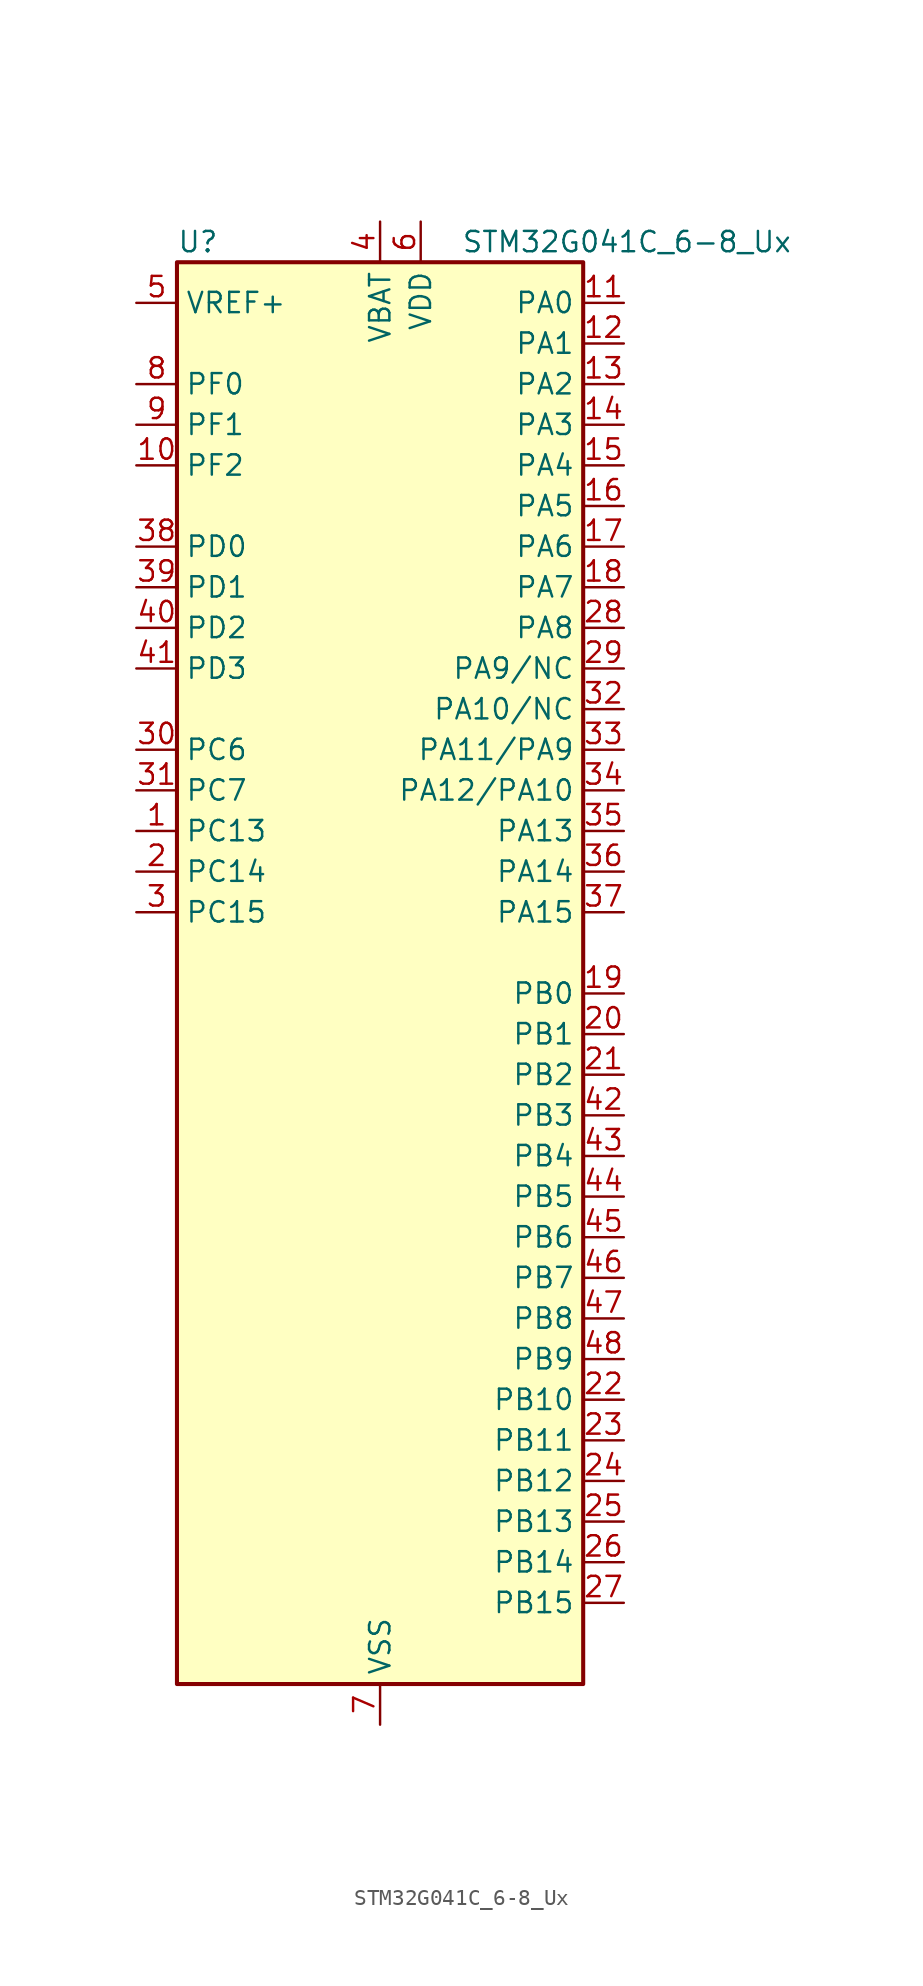
<source format=kicad_sym>
(kicad_symbol_lib
  (version 20220914)
  (generator kicad_symbol_editor)
  (symbol "STM32G041C_6-8_Ux"
    (property "Reference" "U"
      (at -12.7 46.99 0)
      (effects (font (size 1.27 1.27)) (justify left)))
    (property "Value" "STM32G041C_6-8_Ux"
      (at 5.08 46.99 0)
      (effects (font (size 1.27 1.27)) (justify left)))
    (property "ki_locked" ""
      (at 0 0 0)
      (effects (font (size 1.27 1.27))))
    (symbol "STM32G041C_6-8_Ux_0_1"
      (rectangle (start -12.7 -43.18) (end 12.7 45.72) (stroke (width 0.254) (type default)) (fill (type background))))
    (symbol "STM32G041C_6-8_Ux_1_1"
      (pin bidirectional line (at -15.24 10.16 0) (length 2.54) (name "PC13" (effects (font (size 1.27 1.27)))) (number "1" (effects (font (size 1.27 1.27)))) (alternate "RTC_OUT_ALARM" bidirectional line) (alternate "RTC_OUT_CALIB" bidirectional line) (alternate "RTC_TAMP_IN1" bidirectional line) (alternate "RTC_TS" bidirectional line) (alternate "SYS_WKUP2" bidirectional line) (alternate "TIM1_BK" bidirectional line))
      (pin bidirectional line (at -15.24 33.02 0) (length 2.54) (name "PF2" (effects (font (size 1.27 1.27)))) (number "10" (effects (font (size 1.27 1.27)))) (alternate "RCC_MCO" bidirectional line))
      (pin bidirectional line (at 15.24 43.18 180) (length 2.54) (name "PA0" (effects (font (size 1.27 1.27)))) (number "11" (effects (font (size 1.27 1.27)))) (alternate "ADC1_IN0" bidirectional line) (alternate "LPTIM1_OUT" bidirectional line) (alternate "RTC_TAMP_IN2" bidirectional line) (alternate "SPI2_SCK" bidirectional line) (alternate "SYS_WKUP1" bidirectional line) (alternate "TIM2_CH1" bidirectional line) (alternate "TIM2_ETR" bidirectional line) (alternate "USART2_CTS" bidirectional line) (alternate "USART2_NSS" bidirectional line))
      (pin bidirectional line (at 15.24 40.64 180) (length 2.54) (name "PA1" (effects (font (size 1.27 1.27)))) (number "12" (effects (font (size 1.27 1.27)))) (alternate "ADC1_IN1" bidirectional line) (alternate "I2C1_SMBA" bidirectional line) (alternate "I2S1_CK" bidirectional line) (alternate "SPI1_SCK" bidirectional line) (alternate "TIM2_CH2" bidirectional line) (alternate "USART2_CK" bidirectional line) (alternate "USART2_DE" bidirectional line) (alternate "USART2_RTS" bidirectional line))
      (pin bidirectional line (at 15.24 38.1 180) (length 2.54) (name "PA2" (effects (font (size 1.27 1.27)))) (number "13" (effects (font (size 1.27 1.27)))) (alternate "ADC1_IN2" bidirectional line) (alternate "I2S1_SD" bidirectional line) (alternate "LPUART1_TX" bidirectional line) (alternate "RCC_LSCO" bidirectional line) (alternate "SPI1_MOSI" bidirectional line) (alternate "SYS_WKUP4" bidirectional line) (alternate "TIM2_CH3" bidirectional line) (alternate "USART2_TX" bidirectional line))
      (pin bidirectional line (at 15.24 35.56 180) (length 2.54) (name "PA3" (effects (font (size 1.27 1.27)))) (number "14" (effects (font (size 1.27 1.27)))) (alternate "ADC1_IN3" bidirectional line) (alternate "LPUART1_RX" bidirectional line) (alternate "SPI2_MISO" bidirectional line) (alternate "TIM2_CH4" bidirectional line) (alternate "USART2_RX" bidirectional line))
      (pin bidirectional line (at 15.24 33.02 180) (length 2.54) (name "PA4" (effects (font (size 1.27 1.27)))) (number "15" (effects (font (size 1.27 1.27)))) (alternate "ADC1_IN4" bidirectional line) (alternate "I2S1_WS" bidirectional line) (alternate "LPTIM2_OUT" bidirectional line) (alternate "RTC_OUT_ALARM" bidirectional line) (alternate "RTC_OUT_CALIB" bidirectional line) (alternate "SPI1_NSS" bidirectional line) (alternate "SPI2_MOSI" bidirectional line) (alternate "TIM14_CH1" bidirectional line))
      (pin bidirectional line (at 15.24 30.48 180) (length 2.54) (name "PA5" (effects (font (size 1.27 1.27)))) (number "16" (effects (font (size 1.27 1.27)))) (alternate "ADC1_IN5" bidirectional line) (alternate "I2S1_CK" bidirectional line) (alternate "LPTIM2_ETR" bidirectional line) (alternate "SPI1_SCK" bidirectional line) (alternate "TIM2_CH1" bidirectional line) (alternate "TIM2_ETR" bidirectional line))
      (pin bidirectional line (at 15.24 27.94 180) (length 2.54) (name "PA6" (effects (font (size 1.27 1.27)))) (number "17" (effects (font (size 1.27 1.27)))) (alternate "ADC1_IN6" bidirectional line) (alternate "I2S1_MCK" bidirectional line) (alternate "LPUART1_CTS" bidirectional line) (alternate "SPI1_MISO" bidirectional line) (alternate "TIM16_CH1" bidirectional line) (alternate "TIM1_BK" bidirectional line) (alternate "TIM3_CH1" bidirectional line))
      (pin bidirectional line (at 15.24 25.4 180) (length 2.54) (name "PA7" (effects (font (size 1.27 1.27)))) (number "18" (effects (font (size 1.27 1.27)))) (alternate "ADC1_IN7" bidirectional line) (alternate "I2S1_SD" bidirectional line) (alternate "SPI1_MOSI" bidirectional line) (alternate "TIM14_CH1" bidirectional line) (alternate "TIM17_CH1" bidirectional line) (alternate "TIM1_CH1N" bidirectional line) (alternate "TIM3_CH2" bidirectional line))
      (pin bidirectional line (at 15.24 0 180) (length 2.54) (name "PB0" (effects (font (size 1.27 1.27)))) (number "19" (effects (font (size 1.27 1.27)))) (alternate "ADC1_IN8" bidirectional line) (alternate "I2S1_WS" bidirectional line) (alternate "LPTIM1_OUT" bidirectional line) (alternate "SPI1_NSS" bidirectional line) (alternate "TIM1_CH2N" bidirectional line) (alternate "TIM3_CH3" bidirectional line))
      (pin bidirectional line (at -15.24 7.62 0) (length 2.54) (name "PC14" (effects (font (size 1.27 1.27)))) (number "2" (effects (font (size 1.27 1.27)))) (alternate "RCC_OSC32_IN" bidirectional line) (alternate "TIM1_BK2" bidirectional line))
      (pin bidirectional line (at 15.24 -2.54 180) (length 2.54) (name "PB1" (effects (font (size 1.27 1.27)))) (number "20" (effects (font (size 1.27 1.27)))) (alternate "ADC1_IN9" bidirectional line) (alternate "LPTIM2_IN1" bidirectional line) (alternate "LPUART1_DE" bidirectional line) (alternate "LPUART1_RTS" bidirectional line) (alternate "TIM14_CH1" bidirectional line) (alternate "TIM1_CH3N" bidirectional line) (alternate "TIM3_CH4" bidirectional line))
      (pin bidirectional line (at 15.24 -5.08 180) (length 2.54) (name "PB2" (effects (font (size 1.27 1.27)))) (number "21" (effects (font (size 1.27 1.27)))) (alternate "ADC1_IN10" bidirectional line) (alternate "LPTIM1_OUT" bidirectional line) (alternate "SPI2_MISO" bidirectional line))
      (pin bidirectional line (at 15.24 -25.4 180) (length 2.54) (name "PB10" (effects (font (size 1.27 1.27)))) (number "22" (effects (font (size 1.27 1.27)))) (alternate "ADC1_IN11" bidirectional line) (alternate "I2C2_SCL" bidirectional line) (alternate "LPUART1_RX" bidirectional line) (alternate "SPI2_SCK" bidirectional line) (alternate "TIM2_CH3" bidirectional line))
      (pin bidirectional line (at 15.24 -27.94 180) (length 2.54) (name "PB11" (effects (font (size 1.27 1.27)))) (number "23" (effects (font (size 1.27 1.27)))) (alternate "ADC1_EXTI11" bidirectional line) (alternate "ADC1_IN15" bidirectional line) (alternate "I2C2_SDA" bidirectional line) (alternate "LPUART1_TX" bidirectional line) (alternate "SPI2_MOSI" bidirectional line) (alternate "TIM2_CH4" bidirectional line))
      (pin bidirectional line (at 15.24 -30.48 180) (length 2.54) (name "PB12" (effects (font (size 1.27 1.27)))) (number "24" (effects (font (size 1.27 1.27)))) (alternate "ADC1_IN16" bidirectional line) (alternate "LPUART1_DE" bidirectional line) (alternate "LPUART1_RTS" bidirectional line) (alternate "SPI2_NSS" bidirectional line) (alternate "TIM1_BK" bidirectional line))
      (pin bidirectional line (at 15.24 -33.02 180) (length 2.54) (name "PB13" (effects (font (size 1.27 1.27)))) (number "25" (effects (font (size 1.27 1.27)))) (alternate "I2C2_SCL" bidirectional line) (alternate "LPUART1_CTS" bidirectional line) (alternate "SPI2_SCK" bidirectional line) (alternate "TIM1_CH1N" bidirectional line))
      (pin bidirectional line (at 15.24 -35.56 180) (length 2.54) (name "PB14" (effects (font (size 1.27 1.27)))) (number "26" (effects (font (size 1.27 1.27)))) (alternate "I2C2_SDA" bidirectional line) (alternate "SPI2_MISO" bidirectional line) (alternate "TIM1_CH2N" bidirectional line))
      (pin bidirectional line (at 15.24 -38.1 180) (length 2.54) (name "PB15" (effects (font (size 1.27 1.27)))) (number "27" (effects (font (size 1.27 1.27)))) (alternate "RTC_REFIN" bidirectional line) (alternate "SPI2_MOSI" bidirectional line) (alternate "TIM1_CH3N" bidirectional line))
      (pin bidirectional line (at 15.24 22.86 180) (length 2.54) (name "PA8" (effects (font (size 1.27 1.27)))) (number "28" (effects (font (size 1.27 1.27)))) (alternate "LPTIM2_OUT" bidirectional line) (alternate "RCC_MCO" bidirectional line) (alternate "SPI2_NSS" bidirectional line) (alternate "TIM1_CH1" bidirectional line))
      (pin bidirectional line (at 15.24 20.32 180) (length 2.54) (name "PA9/NC" (effects (font (size 1.27 1.27)))) (number "29" (effects (font (size 1.27 1.27)))) (alternate "I2C1_SCL" bidirectional line) (alternate "RCC_MCO" bidirectional line) (alternate "SPI2_MISO" bidirectional line) (alternate "TIM1_CH2" bidirectional line) (alternate "USART1_TX" bidirectional line))
      (pin bidirectional line (at -15.24 5.08 0) (length 2.54) (name "PC15" (effects (font (size 1.27 1.27)))) (number "3" (effects (font (size 1.27 1.27)))) (alternate "RCC_OSC32_EN" bidirectional line) (alternate "RCC_OSC32_OUT" bidirectional line) (alternate "RCC_OSC_EN" bidirectional line))
      (pin bidirectional line (at -15.24 15.24 0) (length 2.54) (name "PC6" (effects (font (size 1.27 1.27)))) (number "30" (effects (font (size 1.27 1.27)))) (alternate "TIM2_CH3" bidirectional line) (alternate "TIM3_CH1" bidirectional line))
      (pin bidirectional line (at -15.24 12.7 0) (length 2.54) (name "PC7" (effects (font (size 1.27 1.27)))) (number "31" (effects (font (size 1.27 1.27)))) (alternate "TIM2_CH4" bidirectional line) (alternate "TIM3_CH2" bidirectional line))
      (pin bidirectional line (at 15.24 17.78 180) (length 2.54) (name "PA10/NC" (effects (font (size 1.27 1.27)))) (number "32" (effects (font (size 1.27 1.27)))) (alternate "I2C1_SDA" bidirectional line) (alternate "SPI2_MOSI" bidirectional line) (alternate "TIM17_BK" bidirectional line) (alternate "TIM1_CH3" bidirectional line) (alternate "USART1_RX" bidirectional line))
      (pin bidirectional line (at 15.24 15.24 180) (length 2.54) (name "PA11/PA9" (effects (font (size 1.27 1.27)))) (number "33" (effects (font (size 1.27 1.27)))) (alternate "ADC1_EXTI11" bidirectional line) (alternate "I2C2_SCL" bidirectional line) (alternate "I2S1_MCK" bidirectional line) (alternate "SPI1_MISO" bidirectional line) (alternate "TIM1_BK2" bidirectional line) (alternate "TIM1_CH4" bidirectional line) (alternate "USART1_CTS" bidirectional line) (alternate "USART1_NSS" bidirectional line))
      (pin bidirectional line (at 15.24 12.7 180) (length 2.54) (name "PA12/PA10" (effects (font (size 1.27 1.27)))) (number "34" (effects (font (size 1.27 1.27)))) (alternate "I2C2_SDA" bidirectional line) (alternate "I2S1_SD" bidirectional line) (alternate "I2S_CKIN" bidirectional line) (alternate "SPI1_MOSI" bidirectional line) (alternate "TIM1_ETR" bidirectional line) (alternate "USART1_CK" bidirectional line) (alternate "USART1_DE" bidirectional line) (alternate "USART1_RTS" bidirectional line))
      (pin bidirectional line (at 15.24 10.16 180) (length 2.54) (name "PA13" (effects (font (size 1.27 1.27)))) (number "35" (effects (font (size 1.27 1.27)))) (alternate "ADC1_IN17" bidirectional line) (alternate "IR_OUT" bidirectional line) (alternate "SYS_SWDIO" bidirectional line))
      (pin bidirectional line (at 15.24 7.62 180) (length 2.54) (name "PA14" (effects (font (size 1.27 1.27)))) (number "36" (effects (font (size 1.27 1.27)))) (alternate "ADC1_IN18" bidirectional line) (alternate "SYS_SWCLK" bidirectional line) (alternate "USART2_TX" bidirectional line))
      (pin bidirectional line (at 15.24 5.08 180) (length 2.54) (name "PA15" (effects (font (size 1.27 1.27)))) (number "37" (effects (font (size 1.27 1.27)))) (alternate "I2S1_WS" bidirectional line) (alternate "SPI1_NSS" bidirectional line) (alternate "TIM2_CH1" bidirectional line) (alternate "TIM2_ETR" bidirectional line) (alternate "USART2_RX" bidirectional line))
      (pin bidirectional line (at -15.24 27.94 0) (length 2.54) (name "PD0" (effects (font (size 1.27 1.27)))) (number "38" (effects (font (size 1.27 1.27)))) (alternate "SPI2_NSS" bidirectional line) (alternate "TIM16_CH1" bidirectional line))
      (pin bidirectional line (at -15.24 25.4 0) (length 2.54) (name "PD1" (effects (font (size 1.27 1.27)))) (number "39" (effects (font (size 1.27 1.27)))) (alternate "SPI2_SCK" bidirectional line) (alternate "TIM17_CH1" bidirectional line))
      (pin power_in line (at 0 48.26 270) (length 2.54) (name "VBAT" (effects (font (size 1.27 1.27)))) (number "4" (effects (font (size 1.27 1.27)))))
      (pin bidirectional line (at -15.24 22.86 0) (length 2.54) (name "PD2" (effects (font (size 1.27 1.27)))) (number "40" (effects (font (size 1.27 1.27)))) (alternate "TIM1_CH1N" bidirectional line) (alternate "TIM3_ETR" bidirectional line))
      (pin bidirectional line (at -15.24 20.32 0) (length 2.54) (name "PD3" (effects (font (size 1.27 1.27)))) (number "41" (effects (font (size 1.27 1.27)))) (alternate "SPI2_MISO" bidirectional line) (alternate "TIM1_CH2N" bidirectional line) (alternate "USART2_CTS" bidirectional line) (alternate "USART2_NSS" bidirectional line))
      (pin bidirectional line (at 15.24 -7.62 180) (length 2.54) (name "PB3" (effects (font (size 1.27 1.27)))) (number "42" (effects (font (size 1.27 1.27)))) (alternate "I2S1_CK" bidirectional line) (alternate "SPI1_SCK" bidirectional line) (alternate "TIM1_CH2" bidirectional line) (alternate "TIM2_CH2" bidirectional line) (alternate "USART1_CK" bidirectional line) (alternate "USART1_DE" bidirectional line) (alternate "USART1_RTS" bidirectional line))
      (pin bidirectional line (at 15.24 -10.16 180) (length 2.54) (name "PB4" (effects (font (size 1.27 1.27)))) (number "43" (effects (font (size 1.27 1.27)))) (alternate "I2S1_MCK" bidirectional line) (alternate "SPI1_MISO" bidirectional line) (alternate "TIM17_BK" bidirectional line) (alternate "TIM3_CH1" bidirectional line) (alternate "USART1_CTS" bidirectional line) (alternate "USART1_NSS" bidirectional line))
      (pin bidirectional line (at 15.24 -12.7 180) (length 2.54) (name "PB5" (effects (font (size 1.27 1.27)))) (number "44" (effects (font (size 1.27 1.27)))) (alternate "I2C1_SMBA" bidirectional line) (alternate "I2S1_SD" bidirectional line) (alternate "LPTIM1_IN1" bidirectional line) (alternate "SPI1_MOSI" bidirectional line) (alternate "SYS_WKUP6" bidirectional line) (alternate "TIM16_BK" bidirectional line) (alternate "TIM3_CH2" bidirectional line))
      (pin bidirectional line (at 15.24 -15.24 180) (length 2.54) (name "PB6" (effects (font (size 1.27 1.27)))) (number "45" (effects (font (size 1.27 1.27)))) (alternate "I2C1_SCL" bidirectional line) (alternate "LPTIM1_ETR" bidirectional line) (alternate "SPI2_MISO" bidirectional line) (alternate "TIM16_CH1N" bidirectional line) (alternate "TIM1_CH3" bidirectional line) (alternate "USART1_TX" bidirectional line))
      (pin bidirectional line (at 15.24 -17.78 180) (length 2.54) (name "PB7" (effects (font (size 1.27 1.27)))) (number "46" (effects (font (size 1.27 1.27)))) (alternate "I2C1_SDA" bidirectional line) (alternate "LPTIM1_IN2" bidirectional line) (alternate "SPI2_MOSI" bidirectional line) (alternate "SYS_PVD_IN" bidirectional line) (alternate "TIM17_CH1N" bidirectional line) (alternate "USART1_RX" bidirectional line))
      (pin bidirectional line (at 15.24 -20.32 180) (length 2.54) (name "PB8" (effects (font (size 1.27 1.27)))) (number "47" (effects (font (size 1.27 1.27)))) (alternate "I2C1_SCL" bidirectional line) (alternate "SPI2_SCK" bidirectional line) (alternate "TIM16_CH1" bidirectional line))
      (pin bidirectional line (at 15.24 -22.86 180) (length 2.54) (name "PB9" (effects (font (size 1.27 1.27)))) (number "48" (effects (font (size 1.27 1.27)))) (alternate "I2C1_SDA" bidirectional line) (alternate "IR_OUT" bidirectional line) (alternate "SPI2_NSS" bidirectional line) (alternate "TIM17_CH1" bidirectional line))
      (pin passive line (at 0 -45.72 90) (length 2.54) hide (name "VSS" (effects (font (size 1.27 1.27)))) (number "49" (effects (font (size 1.27 1.27)))))
      (pin input line (at -15.24 43.18 0) (length 2.54) (name "VREF+" (effects (font (size 1.27 1.27)))) (number "5" (effects (font (size 1.27 1.27)))) (alternate "VREFBUF_OUT" bidirectional line))
      (pin power_in line (at 2.54 48.26 270) (length 2.54) (name "VDD" (effects (font (size 1.27 1.27)))) (number "6" (effects (font (size 1.27 1.27)))))
      (pin power_in line (at 0 -45.72 90) (length 2.54) (name "VSS" (effects (font (size 1.27 1.27)))) (number "7" (effects (font (size 1.27 1.27)))))
      (pin bidirectional line (at -15.24 38.1 0) (length 2.54) (name "PF0" (effects (font (size 1.27 1.27)))) (number "8" (effects (font (size 1.27 1.27)))) (alternate "RCC_OSC_IN" bidirectional line) (alternate "TIM14_CH1" bidirectional line))
      (pin bidirectional line (at -15.24 35.56 0) (length 2.54) (name "PF1" (effects (font (size 1.27 1.27)))) (number "9" (effects (font (size 1.27 1.27)))) (alternate "RCC_OSC_EN" bidirectional line) (alternate "RCC_OSC_OUT" bidirectional line)))))
</source>
